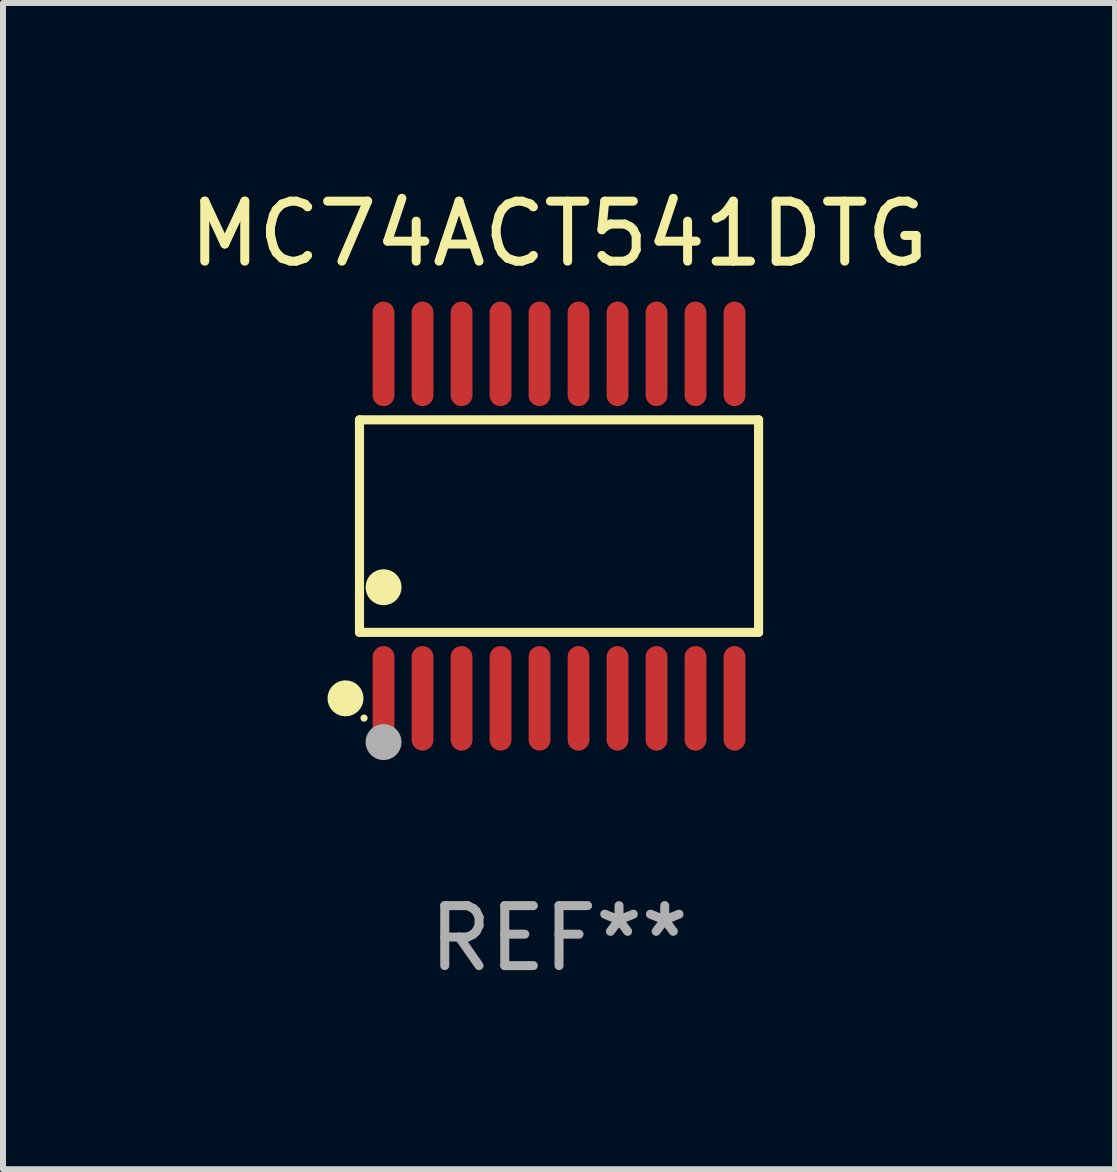
<source format=kicad_pcb>
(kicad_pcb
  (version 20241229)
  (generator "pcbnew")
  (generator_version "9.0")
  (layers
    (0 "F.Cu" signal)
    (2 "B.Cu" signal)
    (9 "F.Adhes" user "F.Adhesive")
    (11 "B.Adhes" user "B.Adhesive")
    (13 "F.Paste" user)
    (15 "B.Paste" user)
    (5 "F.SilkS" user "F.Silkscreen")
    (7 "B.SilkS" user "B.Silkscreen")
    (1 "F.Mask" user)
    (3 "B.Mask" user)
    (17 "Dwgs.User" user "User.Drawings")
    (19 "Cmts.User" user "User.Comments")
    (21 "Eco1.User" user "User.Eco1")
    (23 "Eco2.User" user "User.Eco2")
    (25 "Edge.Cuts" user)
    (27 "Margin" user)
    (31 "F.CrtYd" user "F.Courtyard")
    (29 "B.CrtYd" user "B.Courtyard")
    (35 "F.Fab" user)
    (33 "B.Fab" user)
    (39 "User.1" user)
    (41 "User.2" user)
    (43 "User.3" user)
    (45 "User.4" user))
  (footprint "MC74ACT541DTG"
    (layer "F.Cu")
    (at 6.268 5.719)
    (property "Reference" "MC74ACT541DTG" (at 0 -4.871 0) (layer "F.SilkS") (effects (font (size 1 1) (thickness 0.15))))
    (attr through_hole)
    (fp_line (start -3.326 -1.771) (end 3.326 -1.771) (stroke (width 0.152) (type solid)) (layer "F.SilkS"))
    (fp_line (start -3.326 1.771) (end -3.326 -1.771) (stroke (width 0.152) (type solid)) (layer "F.SilkS"))
    (fp_line (start 3.326 -1.771) (end 3.326 1.771) (stroke (width 0.152) (type solid)) (layer "F.SilkS"))
    (fp_line (start 3.326 1.771) (end -3.326 1.771) (stroke (width 0.152) (type solid)) (layer "F.SilkS"))
    (fp_circle (center -3.559 2.871) (end -3.409 2.871) (stroke (width 0.3) (type solid)) (fill no) (layer "F.SilkS"))
    (fp_circle (center -3.25 3.2) (end -3.22 3.2) (stroke (width 0.06) (type solid)) (fill no) (layer "F.SilkS"))
    (fp_circle (center -2.925 1.019) (end -2.775 1.019) (stroke (width 0.3) (type solid)) (fill no) (layer "F.SilkS"))
    (fp_circle (center -2.925 3.6) (end -2.775 3.6) (stroke (width 0.3) (type solid)) (fill no) (layer "F.Fab"))
    (fp_text user "REF**" (at 0 6.871 0) (layer "F.Fab") (effects (font (size 1 1) (thickness 0.15))))
    (pad "1" smd oval (at -2.925 2.871) (size 0.364 1.742) (layers "F.Cu" "F.Mask" "F.Paste"))
    (pad "2" smd oval (at -2.275 2.871) (size 0.364 1.742) (layers "F.Cu" "F.Mask" "F.Paste"))
    (pad "3" smd oval (at -1.625 2.871) (size 0.364 1.742) (layers "F.Cu" "F.Mask" "F.Paste"))
    (pad "4" smd oval (at -0.975 2.871) (size 0.364 1.742) (layers "F.Cu" "F.Mask" "F.Paste"))
    (pad "5" smd oval (at -0.325 2.871) (size 0.364 1.742) (layers "F.Cu" "F.Mask" "F.Paste"))
    (pad "6" smd oval (at 0.325 2.871) (size 0.364 1.742) (layers "F.Cu" "F.Mask" "F.Paste"))
    (pad "7" smd oval (at 0.975 2.871) (size 0.364 1.742) (layers "F.Cu" "F.Mask" "F.Paste"))
    (pad "8" smd oval (at 1.625 2.871) (size 0.364 1.742) (layers "F.Cu" "F.Mask" "F.Paste"))
    (pad "9" smd oval (at 2.275 2.871) (size 0.364 1.742) (layers "F.Cu" "F.Mask" "F.Paste"))
    (pad "10" smd oval (at 2.925 2.871) (size 0.364 1.742) (layers "F.Cu" "F.Mask" "F.Paste"))
    (pad "11" smd oval (at 2.925 -2.871) (size 0.364 1.742) (layers "F.Cu" "F.Mask" "F.Paste"))
    (pad "12" smd oval (at 2.275 -2.871) (size 0.364 1.742) (layers "F.Cu" "F.Mask" "F.Paste"))
    (pad "13" smd oval (at 1.625 -2.871) (size 0.364 1.742) (layers "F.Cu" "F.Mask" "F.Paste"))
    (pad "14" smd oval (at 0.975 -2.871) (size 0.364 1.742) (layers "F.Cu" "F.Mask" "F.Paste"))
    (pad "15" smd oval (at 0.325 -2.871) (size 0.364 1.742) (layers "F.Cu" "F.Mask" "F.Paste"))
    (pad "16" smd oval (at -0.325 -2.871) (size 0.364 1.742) (layers "F.Cu" "F.Mask" "F.Paste"))
    (pad "17" smd oval (at -0.975 -2.871) (size 0.364 1.742) (layers "F.Cu" "F.Mask" "F.Paste"))
    (pad "18" smd oval (at -1.625 -2.871) (size 0.364 1.742) (layers "F.Cu" "F.Mask" "F.Paste"))
    (pad "19" smd oval (at -2.275 -2.871) (size 0.364 1.742) (layers "F.Cu" "F.Mask" "F.Paste"))
    (pad "20" smd oval (at -2.925 -2.871) (size 0.364 1.742) (layers "F.Cu" "F.Mask" "F.Paste")))
  (gr_rect
    (start -3 -3)
    (end 15.536 16.438)
    (stroke (width 0.1) (type default))
    (fill no)
    (layer "Edge.Cuts")))
</source>
